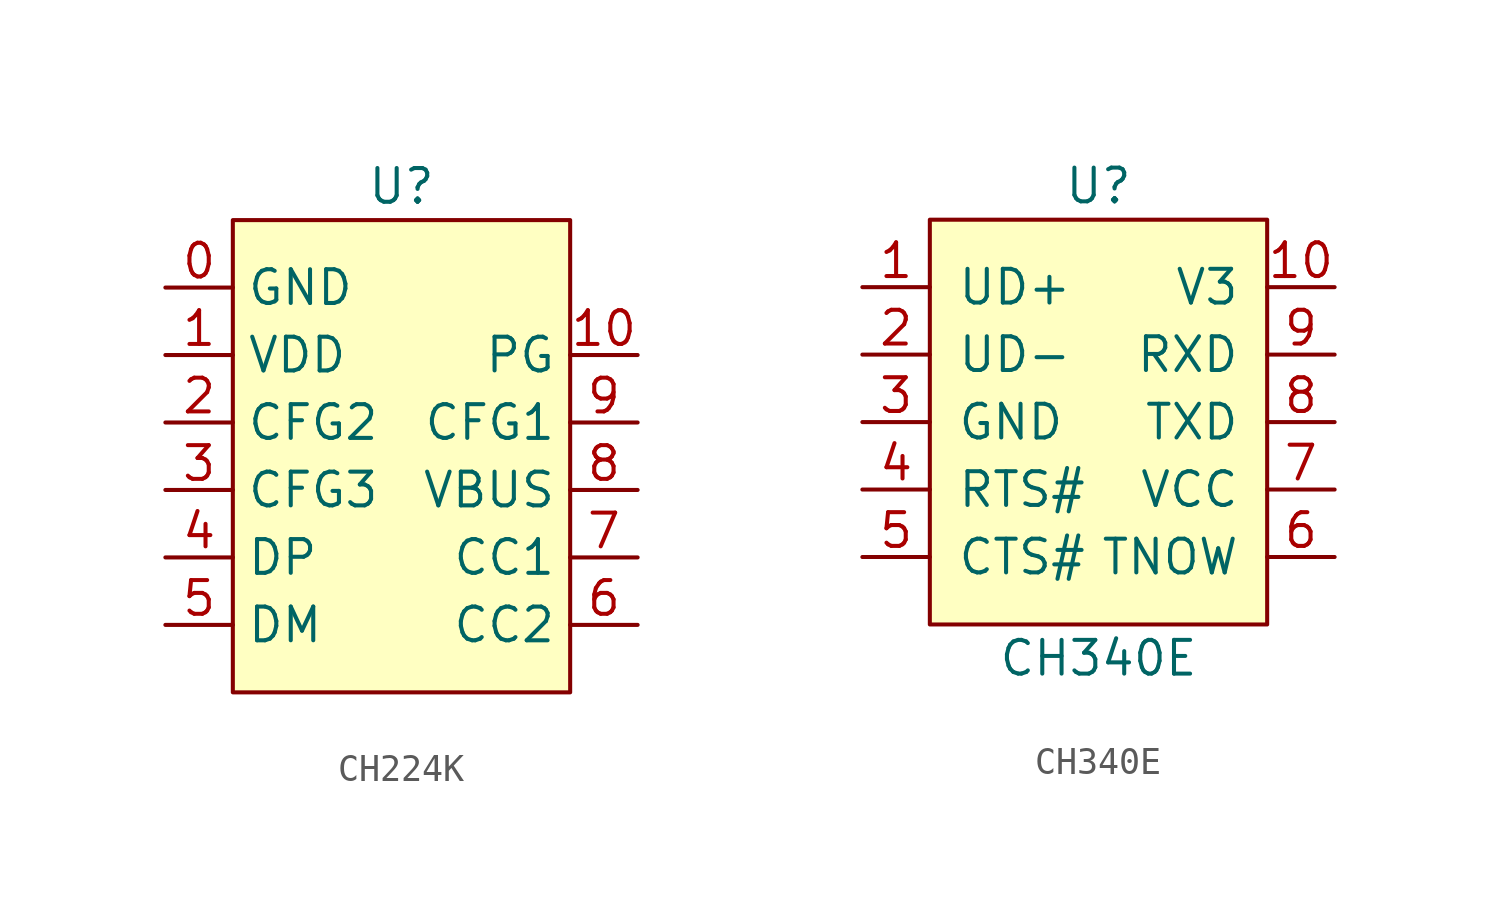
<source format=kicad_sym>
(kicad_symbol_lib
  (version 20231120)
  (generator "kicad_symbol_editor")
  (generator_version "8.0")
  (symbol "CH224K"
    (property "Reference" "U"
      (at 0 11.43 0)
      (effects (font (size 1.27 1.27))))
    (property "Value" ""
      (at 0 -1.27 0)
      (effects (font (size 1.27 1.27))))
    (symbol "CH224K_1_1"
      (rectangle (start -6.35 10.16) (end 6.35 -7.62) (stroke (width 0) (type default)) (fill (type background)))
      (pin power_in line (at -8.89 7.62 0) (length 2.54) (name "GND" (effects (font (size 1.27 1.27)))) (number "0" (effects (font (size 1.27 1.27)))))
      (pin power_in line (at -8.89 5.08 0) (length 2.54) (name "VDD" (effects (font (size 1.27 1.27)))) (number "1" (effects (font (size 1.27 1.27)))))
      (pin open_collector line (at 8.89 5.08 180) (length 2.54) (name "PG" (effects (font (size 1.27 1.27)))) (number "10" (effects (font (size 1.27 1.27)))))
      (pin input line (at -8.89 2.54 0) (length 2.54) (name "CFG2" (effects (font (size 1.27 1.27)))) (number "2" (effects (font (size 1.27 1.27)))))
      (pin input line (at -8.89 0 0) (length 2.54) (name "CFG3" (effects (font (size 1.27 1.27)))) (number "3" (effects (font (size 1.27 1.27)))))
      (pin input line (at -8.89 -2.54 0) (length 2.54) (name "DP" (effects (font (size 1.27 1.27)))) (number "4" (effects (font (size 1.27 1.27)))))
      (pin input line (at -8.89 -5.08 0) (length 2.54) (name "DM" (effects (font (size 1.27 1.27)))) (number "5" (effects (font (size 1.27 1.27)))))
      (pin input line (at 8.89 -5.08 180) (length 2.54) (name "CC2" (effects (font (size 1.27 1.27)))) (number "6" (effects (font (size 1.27 1.27)))))
      (pin input line (at 8.89 -2.54 180) (length 2.54) (name "CC1" (effects (font (size 1.27 1.27)))) (number "7" (effects (font (size 1.27 1.27)))))
      (pin input line (at 8.89 0 180) (length 2.54) (name "VBUS" (effects (font (size 1.27 1.27)))) (number "8" (effects (font (size 1.27 1.27)))))
      (pin input line (at 8.89 2.54 180) (length 2.54) (name "CFG1" (effects (font (size 1.27 1.27)))) (number "9" (effects (font (size 1.27 1.27)))))))
  (symbol "CH340E"
    (pin_names
      (offset 1.016))
    (property "Reference" "U"
      (at 0 8.89 0)
      (effects (font (size 1.27 1.27))))
    (property "Value" "CH340E"
      (at 0 -8.89 0)
      (effects (font (size 1.27 1.27))))
    (symbol "CH340E_0_1"
      (rectangle (start -6.35 7.62) (end 6.35 -7.62) (stroke (width 0) (type default)) (fill (type background))))
    (symbol "CH340E_1_1"
      (pin bidirectional line (at -8.89 5.08 0) (length 2.54) (name "UD+" (effects (font (size 1.27 1.27)))) (number "1" (effects (font (size 1.27 1.27)))))
      (pin passive line (at 8.89 5.08 180) (length 2.54) (name "V3" (effects (font (size 1.27 1.27)))) (number "10" (effects (font (size 1.27 1.27)))))
      (pin bidirectional line (at -8.89 2.54 0) (length 2.54) (name "UD-" (effects (font (size 1.27 1.27)))) (number "2" (effects (font (size 1.27 1.27)))))
      (pin power_in line (at -8.89 0 0) (length 2.54) (name "GND" (effects (font (size 1.27 1.27)))) (number "3" (effects (font (size 1.27 1.27)))))
      (pin output line (at -8.89 -2.54 0) (length 2.54) (name "RTS#" (effects (font (size 1.27 1.27)))) (number "4" (effects (font (size 1.27 1.27)))))
      (pin input line (at -8.89 -5.08 0) (length 2.54) (name "CTS#" (effects (font (size 1.27 1.27)))) (number "5" (effects (font (size 1.27 1.27)))))
      (pin open_collector line (at 8.89 -5.08 180) (length 2.54) (name "TNOW" (effects (font (size 1.27 1.27)))) (number "6" (effects (font (size 1.27 1.27)))))
      (pin power_in line (at 8.89 -2.54 180) (length 2.54) (name "VCC" (effects (font (size 1.27 1.27)))) (number "7" (effects (font (size 1.27 1.27)))))
      (pin output line (at 8.89 0 180) (length 2.54) (name "TXD" (effects (font (size 1.27 1.27)))) (number "8" (effects (font (size 1.27 1.27)))))
      (pin input line (at 8.89 2.54 180) (length 2.54) (name "RXD" (effects (font (size 1.27 1.27)))) (number "9" (effects (font (size 1.27 1.27))))))))
</source>
